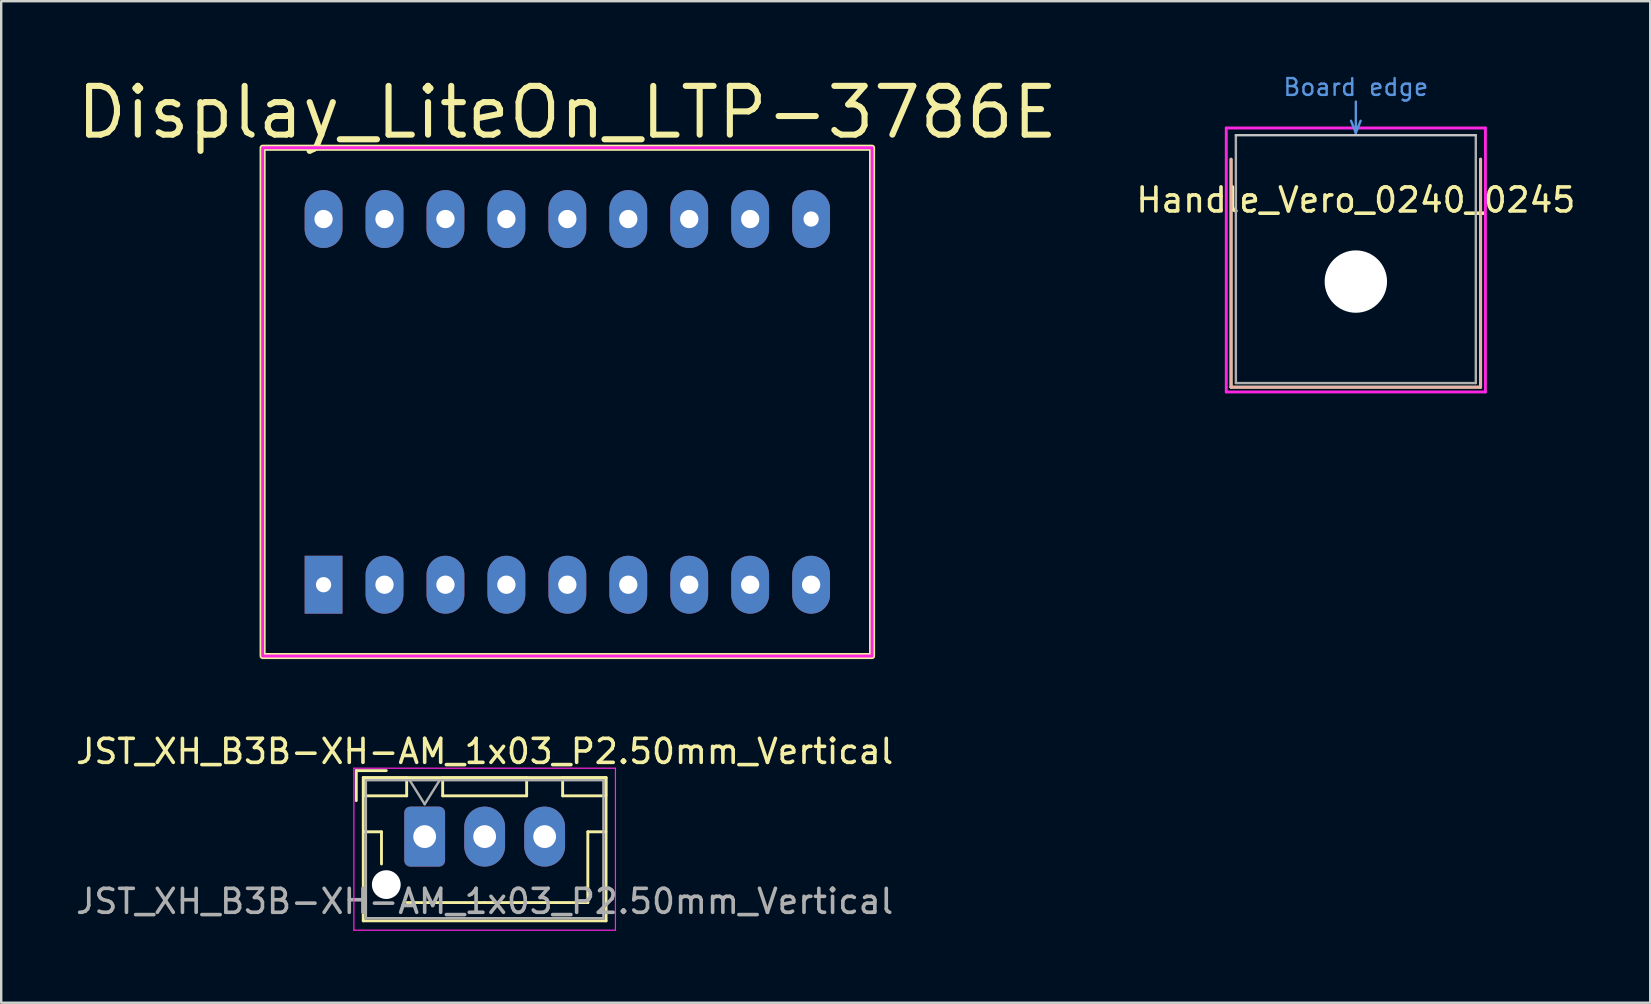
<source format=kicad_pcb>
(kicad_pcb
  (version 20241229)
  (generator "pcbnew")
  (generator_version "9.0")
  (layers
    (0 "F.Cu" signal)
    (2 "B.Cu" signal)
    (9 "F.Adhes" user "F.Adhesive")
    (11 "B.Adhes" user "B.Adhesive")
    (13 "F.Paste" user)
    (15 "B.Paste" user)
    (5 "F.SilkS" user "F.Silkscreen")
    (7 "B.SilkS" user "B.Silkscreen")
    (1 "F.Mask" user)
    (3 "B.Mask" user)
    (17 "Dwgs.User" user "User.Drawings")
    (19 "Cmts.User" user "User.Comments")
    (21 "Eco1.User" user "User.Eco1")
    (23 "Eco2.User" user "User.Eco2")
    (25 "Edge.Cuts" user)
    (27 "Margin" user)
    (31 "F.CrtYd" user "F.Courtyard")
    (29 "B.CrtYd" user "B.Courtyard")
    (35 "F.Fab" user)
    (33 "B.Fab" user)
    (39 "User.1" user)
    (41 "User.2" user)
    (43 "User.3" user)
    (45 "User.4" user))
  (footprint "Handle_Vero_0240_0245"
    (layer "F.Cu")
    (at 53.457 2.585)
    (property "Reference" "Handle_Vero_0240_0245" (at 0 2.7 0) (unlocked yes) (layer "F.SilkS") (effects (font (size 1 1) (thickness 0.15))))
    (fp_line (start -5.2 1) (end -5.2 10.5) (stroke (width 0.12) (type solid)) (layer "F.SilkS"))
    (fp_line (start -5.2 10.5) (end 5.2 10.5) (stroke (width 0.12) (type solid)) (layer "F.SilkS"))
    (fp_line (start 5.2 10.5) (end 5.2 1) (stroke (width 0.12) (type solid)) (layer "F.SilkS"))
    (fp_line (start -5.2 10.5) (end -5.2 1) (stroke (width 0.12) (type solid)) (layer "B.SilkS"))
    (fp_line (start 5.2 1) (end 5.2 10.5) (stroke (width 0.12) (type solid)) (layer "B.SilkS"))
    (fp_line (start 5.2 10.5) (end -5.2 10.5) (stroke (width 0.12) (type solid)) (layer "B.SilkS"))
    (fp_line (start 5 0) (end -5 0) (stroke (width 0.1) (type solid)) (layer "Dwgs.User"))
    (fp_line (start -0.2 -0.6) (end 0 -0.1) (stroke (width 0.1) (type solid)) (layer "Cmts.User"))
    (fp_line (start 0 -0.1) (end 0 -1.4) (stroke (width 0.1) (type solid)) (layer "Cmts.User"))
    (fp_line (start 0 -0.1) (end 0.2 -0.6) (stroke (width 0.1) (type solid)) (layer "Cmts.User"))
    (fp_line (start -5.4 -0.3) (end 5.4 -0.3) (stroke (width 0.12) (type solid)) (layer "F.CrtYd"))
    (fp_line (start -5.4 10.7) (end -5.4 -0.3) (stroke (width 0.12) (type solid)) (layer "F.CrtYd"))
    (fp_line (start 5.4 -0.3) (end 5.4 10.7) (stroke (width 0.12) (type solid)) (layer "F.CrtYd"))
    (fp_line (start 5.4 10.7) (end -5.4 10.7) (stroke (width 0.12) (type solid)) (layer "F.CrtYd"))
    (fp_line (start -5 -0.000001) (end -5 10.33) (stroke (width 0.1) (type solid)) (layer "F.Fab"))
    (fp_line (start -5 10.33) (end 5 10.33) (stroke (width 0.1) (type solid)) (layer "F.Fab"))
    (fp_line (start 5 -0.000001) (end 5 10.33) (stroke (width 0.1) (type solid)) (layer "F.Fab"))
    (fp_text user "Board edge" (at 0 -2 0) (layer "Cmts.User") (effects (font (size 0.7 0.7) (thickness 0.1))))
    (pad "" np_thru_hole circle (at 0 6.1) (size 2.6 2.6) (drill 2.6) (layers "*.Cu" "*.Mask")))
  (footprint "JST_XH_B3B-XH-AM_1x03_P2.50mm_Vertical"
    (layer "F.Cu")
    (at 14.649 31.817)
    (property "Reference" "JST_XH_B3B-XH-AM_1x03_P2.50mm_Vertical" (at 2.5 -3.55 0) (layer "F.SilkS") (effects (font (size 1 1) (thickness 0.15))))
    (attr through_hole)
    (fp_line (start -2.85 -2.75) (end -2.85 -1.5) (stroke (width 0.12) (type solid)) (layer "F.SilkS"))
    (fp_line (start -2.56 -2.46) (end -2.56 3.51) (stroke (width 0.12) (type solid)) (layer "F.SilkS"))
    (fp_line (start -2.56 3.51) (end 7.56 3.51) (stroke (width 0.12) (type solid)) (layer "F.SilkS"))
    (fp_line (start -2.55 -2.45) (end -2.55 -1.7) (stroke (width 0.12) (type solid)) (layer "F.SilkS"))
    (fp_line (start -2.55 -1.7) (end -0.75 -1.7) (stroke (width 0.12) (type solid)) (layer "F.SilkS"))
    (fp_line (start -2.55 -0.2) (end -1.8 -0.2) (stroke (width 0.12) (type solid)) (layer "F.SilkS"))
    (fp_line (start -1.8 -0.2) (end -1.8 1.14) (stroke (width 0.12) (type solid)) (layer "F.SilkS"))
    (fp_line (start -1.6 -2.75) (end -2.85 -2.75) (stroke (width 0.12) (type solid)) (layer "F.SilkS"))
    (fp_line (start -0.75 -2.45) (end -2.55 -2.45) (stroke (width 0.12) (type solid)) (layer "F.SilkS"))
    (fp_line (start -0.75 -1.7) (end -0.75 -2.45) (stroke (width 0.12) (type solid)) (layer "F.SilkS"))
    (fp_line (start 0.75 -2.45) (end 0.75 -1.7) (stroke (width 0.12) (type solid)) (layer "F.SilkS"))
    (fp_line (start 0.75 -1.7) (end 4.25 -1.7) (stroke (width 0.12) (type solid)) (layer "F.SilkS"))
    (fp_line (start 2.5 2.75) (end -0.74 2.75) (stroke (width 0.12) (type solid)) (layer "F.SilkS"))
    (fp_line (start 4.25 -2.45) (end 0.75 -2.45) (stroke (width 0.12) (type solid)) (layer "F.SilkS"))
    (fp_line (start 4.25 -1.7) (end 4.25 -2.45) (stroke (width 0.12) (type solid)) (layer "F.SilkS"))
    (fp_line (start 5.75 -2.45) (end 5.75 -1.7) (stroke (width 0.12) (type solid)) (layer "F.SilkS"))
    (fp_line (start 5.75 -1.7) (end 7.55 -1.7) (stroke (width 0.12) (type solid)) (layer "F.SilkS"))
    (fp_line (start 6.8 -0.2) (end 6.8 2.75) (stroke (width 0.12) (type solid)) (layer "F.SilkS"))
    (fp_line (start 6.8 2.75) (end 2.5 2.75) (stroke (width 0.12) (type solid)) (layer "F.SilkS"))
    (fp_line (start 7.55 -2.45) (end 5.75 -2.45) (stroke (width 0.12) (type solid)) (layer "F.SilkS"))
    (fp_line (start 7.55 -1.7) (end 7.55 -2.45) (stroke (width 0.12) (type solid)) (layer "F.SilkS"))
    (fp_line (start 7.55 -0.2) (end 6.8 -0.2) (stroke (width 0.12) (type solid)) (layer "F.SilkS"))
    (fp_line (start 7.56 -2.46) (end -2.56 -2.46) (stroke (width 0.12) (type solid)) (layer "F.SilkS"))
    (fp_line (start 7.56 3.51) (end 7.56 -2.46) (stroke (width 0.12) (type solid)) (layer "F.SilkS"))
    (fp_line (start -2.95 -2.85) (end -2.95 3.9) (stroke (width 0.05) (type solid)) (layer "F.CrtYd"))
    (fp_line (start -2.95 3.9) (end 7.95 3.9) (stroke (width 0.05) (type solid)) (layer "F.CrtYd"))
    (fp_line (start 7.95 -2.85) (end -2.95 -2.85) (stroke (width 0.05) (type solid)) (layer "F.CrtYd"))
    (fp_line (start 7.95 3.9) (end 7.95 -2.85) (stroke (width 0.05) (type solid)) (layer "F.CrtYd"))
    (fp_line (start -2.45 -2.35) (end -2.45 3.4) (stroke (width 0.1) (type solid)) (layer "F.Fab"))
    (fp_line (start -2.45 3.4) (end 7.45 3.4) (stroke (width 0.1) (type solid)) (layer "F.Fab"))
    (fp_line (start -0.625 -2.35) (end 0 -1.35) (stroke (width 0.1) (type solid)) (layer "F.Fab"))
    (fp_line (start 0 -1.35) (end 0.625 -2.35) (stroke (width 0.1) (type solid)) (layer "F.Fab"))
    (fp_line (start 7.45 -2.35) (end -2.45 -2.35) (stroke (width 0.1) (type solid)) (layer "F.Fab"))
    (fp_line (start 7.45 3.4) (end 7.45 -2.35) (stroke (width 0.1) (type solid)) (layer "F.Fab"))
    (fp_text user "${REFERENCE}" (at 2.5 2.7 0) (layer "F.Fab") (effects (font (size 1 1) (thickness 0.15))))
    (pad "" np_thru_hole circle (at -1.6 2) (size 1.2 1.2) (drill 1.2) (layers "*.Cu" "*.Mask"))
    (pad "1" thru_hole roundrect (at 0 0) (size 1.7 2.5) (drill 0.95) (layers "*.Cu" "*.Mask") (roundrect_rratio 0.147))
    (pad "2" thru_hole oval (at 2.5 0) (size 1.7 2.5) (drill 0.95) (layers "*.Cu" "*.Mask"))
    (pad "3" thru_hole oval (at 5 0) (size 1.7 2.5) (drill 0.95) (layers "*.Cu" "*.Mask")))
  (footprint "Display_LiteOn_LTP-3786E"
    (layer "F.Cu")
    (at 10.435 21.319)
    (property "Reference" "Display_LiteOn_LTP-3786E" (at 10.16 -19.685 0) (unlocked yes) (layer "F.SilkS") (effects (font (size 2.032 2.032) (thickness 0.254))))
    (attr through_hole)
    (fp_rect (start -2.54 2.972) (end 22.86 -18.212) (stroke (width 0.254) (type solid)) (fill no) (layer "F.SilkS"))
    (fp_rect (start -2.54 -18.212) (end 22.86 2.972) (stroke (width 0.12) (type solid)) (fill no) (layer "F.CrtYd"))
    (pad "1" thru_hole rect (at 0 0) (size 1.575 2.413) (drill 0.635) (layers "*.Cu" "*.Mask"))
    (pad "2" thru_hole oval (at 2.54 0) (size 1.575 2.413) (drill 0.762) (layers "*.Cu" "*.Mask"))
    (pad "3" thru_hole oval (at 5.08 0) (size 1.575 2.413) (drill 0.762) (layers "*.Cu" "*.Mask"))
    (pad "4" thru_hole oval (at 7.62 0) (size 1.575 2.413) (drill 0.762) (layers "*.Cu" "*.Mask"))
    (pad "5" thru_hole oval (at 10.16 0) (size 1.575 2.413) (drill 0.762) (layers "*.Cu" "*.Mask"))
    (pad "6" thru_hole oval (at 12.7 0) (size 1.575 2.413) (drill 0.762) (layers "*.Cu" "*.Mask"))
    (pad "7" thru_hole oval (at 15.24 0) (size 1.575 2.413) (drill 0.762) (layers "*.Cu" "*.Mask"))
    (pad "8" thru_hole oval (at 17.78 0) (size 1.575 2.413) (drill 0.762) (layers "*.Cu" "*.Mask"))
    (pad "9" thru_hole oval (at 20.32 0) (size 1.575 2.413) (drill 0.762) (layers "*.Cu" "*.Mask"))
    (pad "10" thru_hole oval (at 20.32 -15.24) (size 1.575 2.413) (drill 0.635) (layers "*.Cu" "*.Mask"))
    (pad "11" thru_hole oval (at 17.78 -15.24) (size 1.575 2.413) (drill 0.762) (layers "*.Cu" "*.Mask"))
    (pad "12" thru_hole oval (at 15.24 -15.24) (size 1.575 2.413) (drill 0.762) (layers "*.Cu" "*.Mask"))
    (pad "13" thru_hole oval (at 12.7 -15.24) (size 1.575 2.413) (drill 0.762) (layers "*.Cu" "*.Mask"))
    (pad "14" thru_hole oval (at 10.16 -15.24) (size 1.575 2.413) (drill 0.762) (layers "*.Cu" "*.Mask"))
    (pad "15" thru_hole oval (at 7.62 -15.24) (size 1.575 2.413) (drill 0.762) (layers "*.Cu" "*.Mask"))
    (pad "16" thru_hole oval (at 5.08 -15.24) (size 1.575 2.413) (drill 0.762) (layers "*.Cu" "*.Mask"))
    (pad "17" thru_hole oval (at 2.54 -15.24) (size 1.575 2.413) (drill 0.762) (layers "*.Cu" "*.Mask"))
    (pad "18" thru_hole oval (at 0 -15.24) (size 1.575 2.413) (drill 0.762) (layers "*.Cu" "*.Mask")))
  (gr_rect
    (start -3 -3)
    (end 65.725 38.742)
    (stroke (width 0.1) (type default))
    (fill no)
    (layer "Edge.Cuts")))
</source>
